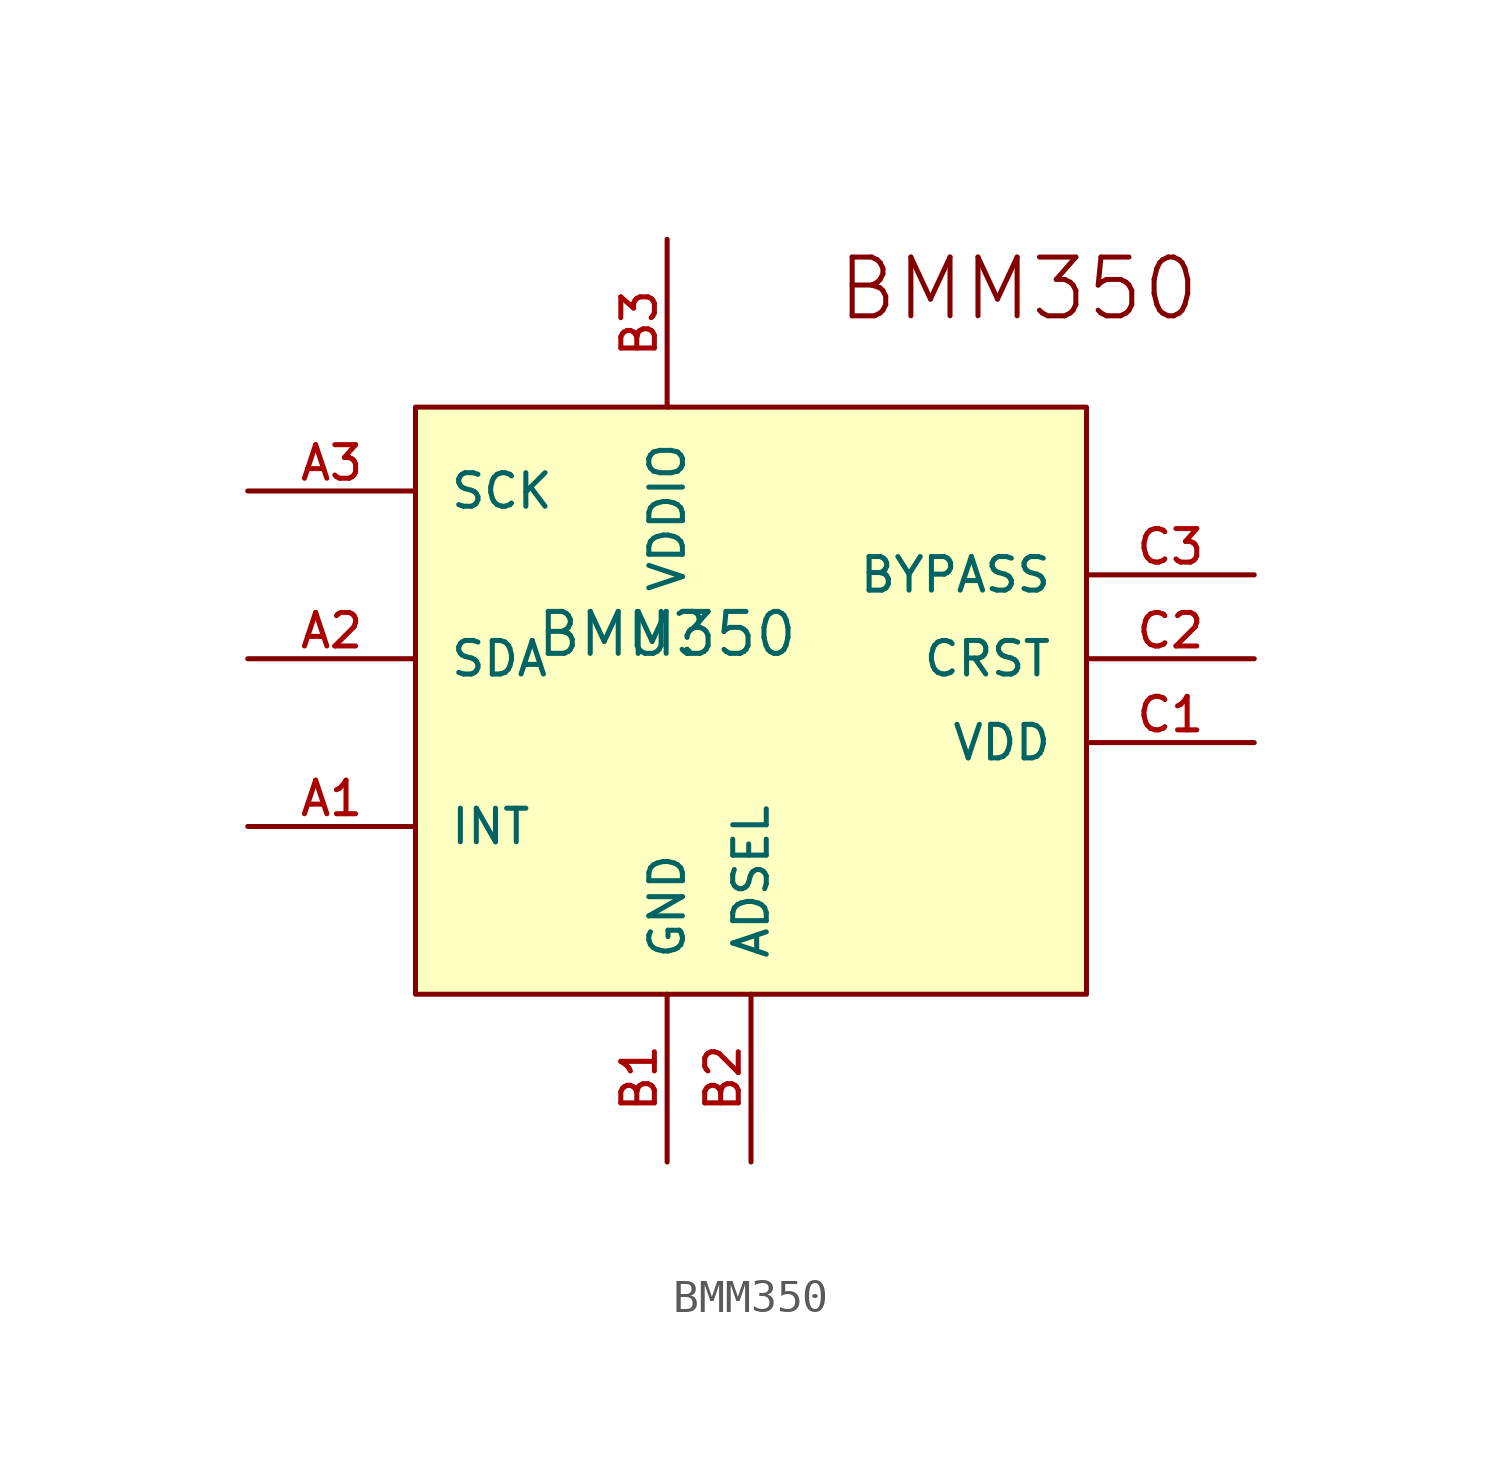
<source format=kicad_sym>
(kicad_symbol_lib
  (version 20211014)
  (generator kicad_symbol_editor)
  (symbol "BMM350"
    (pin_names
      (offset 1.016))
    (property "Reference" "U"
      (at 0 0 0)
      (effects (font (size 1.27 1.27)) (justify bottom)))
    (property "Value" "BMM350"
      (at 0 0.0 0)
      (effects (font (size 1.27 1.27)) (justify bottom)))
    (symbol "BMM350_0_0"
      (text "BMM350" (at 5.08 10.16 0) (effects (font (size 1.778 1.778)) (justify bottom left)))
      (rectangle (start -7.62 -10.16) (end 12.7 7.62) (stroke (width 0.152)) (fill (type background)))
      (pin bidirectional line (at -12.7 5.08 0) (length 5.08) (name "SCK" (effects (font (size 1.016 1.016)))) (number "A3" (effects (font (size 1.016 1.016)))))
      (pin bidirectional line (at -12.7 0.0 0) (length 5.08) (name "SDA" (effects (font (size 1.016 1.016)))) (number "A2" (effects (font (size 1.016 1.016)))))
      (pin bidirectional line (at -12.7 -5.08 0) (length 5.08) (name "INT" (effects (font (size 1.016 1.016)))) (number "A1" (effects (font (size 1.016 1.016)))))
      (pin bidirectional line (at 17.78 -2.54 180.0) (length 5.08) (name "VDD" (effects (font (size 1.016 1.016)))) (number "C1" (effects (font (size 1.016 1.016)))))
      (pin bidirectional line (at 0.0 12.7 270.0) (length 5.08) (name "VDDIO" (effects (font (size 1.016 1.016)))) (number "B3" (effects (font (size 1.016 1.016)))))
      (pin bidirectional line (at 2.54 -15.24 90.0) (length 5.08) (name "ADSEL" (effects (font (size 1.016 1.016)))) (number "B2" (effects (font (size 1.016 1.016)))))
      (pin bidirectional line (at 0.0 -15.24 90.0) (length 5.08) (name "GND" (effects (font (size 1.016 1.016)))) (number "B1" (effects (font (size 1.016 1.016)))))
      (pin bidirectional line (at 17.78 0.0 180.0) (length 5.08) (name "CRST" (effects (font (size 1.016 1.016)))) (number "C2" (effects (font (size 1.016 1.016)))))
      (pin bidirectional line (at 17.78 2.54 180.0) (length 5.08) (name "BYPASS" (effects (font (size 1.016 1.016)))) (number "C3" (effects (font (size 1.016 1.016))))))))
</source>
